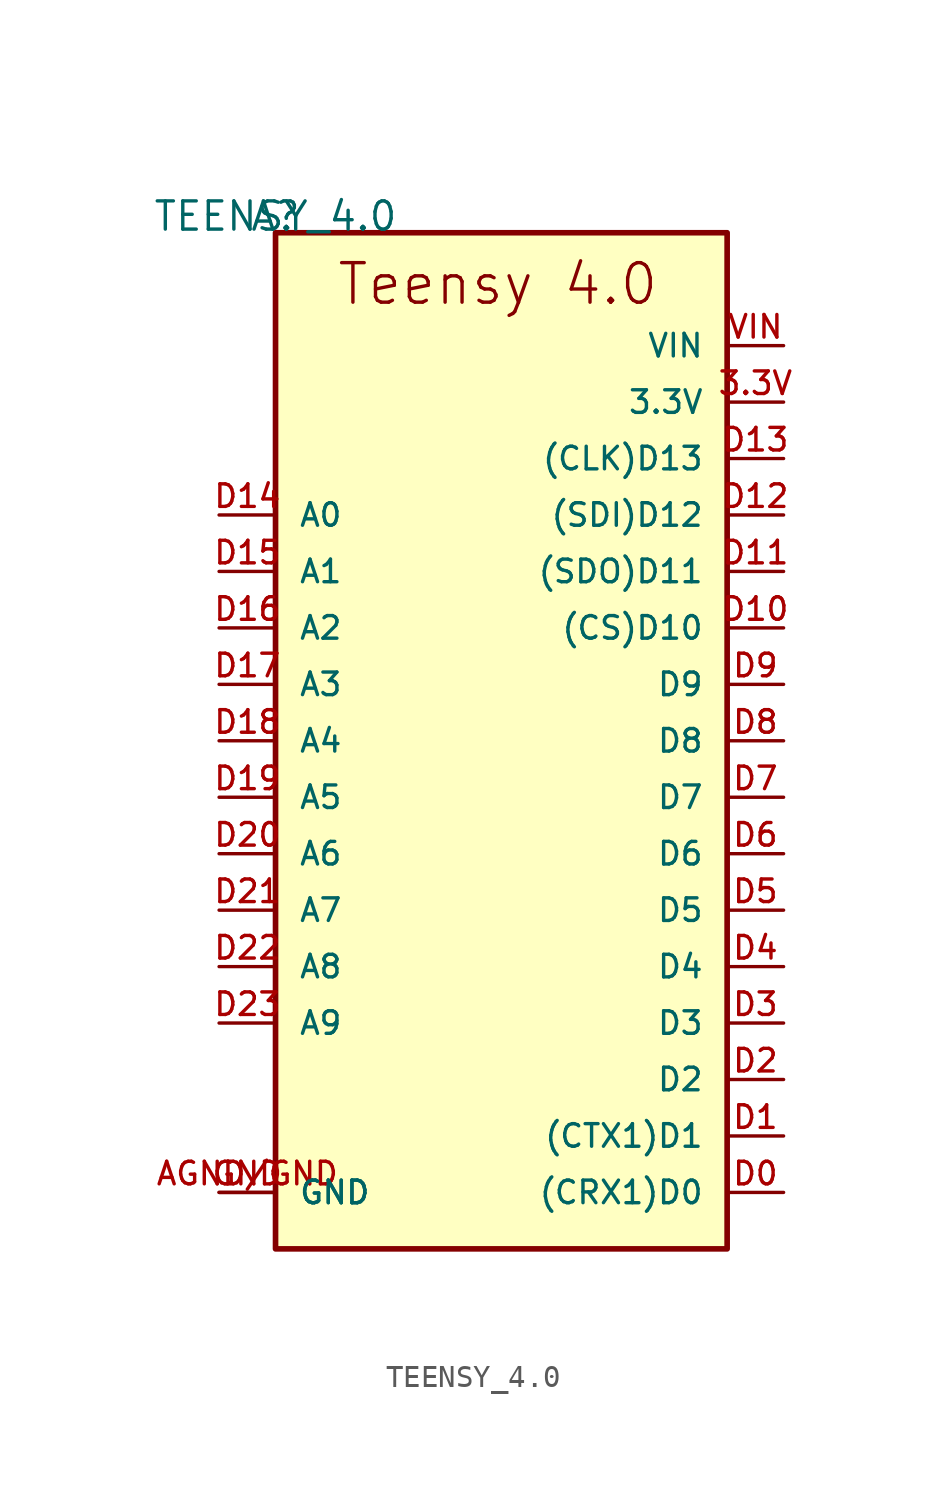
<source format=kicad_sym>
(kicad_symbol_lib
  (version 20211014)
  (generator kicad_symbol_editor)
  (symbol "TEENSY_4.0"
    (pin_names
      (offset 1.016))
    (property "Reference" "A"
      (at 0 0 0)
      (effects (font (size 1.27 1.27)) (justify bottom)))
    (property "Value" "TEENSY_4.0"
      (at 0 0.0 0)
      (effects (font (size 1.27 1.27)) (justify bottom)))
    (symbol "TEENSY_4.0_0_0"
      (text "Teensy 4.0" (at 10.001 -1.27 0) (effects (font (size 1.778 1.778)) (justify top)))
      (rectangle (start 1.7763568394e-15 -45.72) (end 20.32 -3.5527136788e-15) (stroke (width 0.254)) (fill (type background)))
      (pin bidirectional line (at 22.86 -43.18 180.0) (length 2.54) (name "(CRX1)D0" (effects (font (size 1.016 1.016)))) (number "D0" (effects (font (size 1.016 1.016)))))
      (pin bidirectional line (at 22.86 -40.64 180.0) (length 2.54) (name "(CTX1)D1" (effects (font (size 1.016 1.016)))) (number "D1" (effects (font (size 1.016 1.016)))))
      (pin power_in line (at -2.54 -43.18 0) (length 2.54) (name "GND" (effects (font (size 1.016 1.016)))) (number "AGND/GND" (effects (font (size 1.016 1.016)))))
      (pin power_in line (at -2.54 -43.18 0) (length 2.54) (name "GND" (effects (font (size 1.016 1.016)))) (number "GND" (effects (font (size 1.016 1.016)))))
      (pin bidirectional line (at 22.86 -38.1 180.0) (length 2.54) (name "D2" (effects (font (size 1.016 1.016)))) (number "D2" (effects (font (size 1.016 1.016)))))
      (pin bidirectional line (at 22.86 -35.56 180.0) (length 2.54) (name "D3" (effects (font (size 1.016 1.016)))) (number "D3" (effects (font (size 1.016 1.016)))))
      (pin bidirectional line (at 22.86 -33.02 180.0) (length 2.54) (name "D4" (effects (font (size 1.016 1.016)))) (number "D4" (effects (font (size 1.016 1.016)))))
      (pin bidirectional line (at 22.86 -30.48 180.0) (length 2.54) (name "D5" (effects (font (size 1.016 1.016)))) (number "D5" (effects (font (size 1.016 1.016)))))
      (pin bidirectional line (at 22.86 -27.94 180.0) (length 2.54) (name "D6" (effects (font (size 1.016 1.016)))) (number "D6" (effects (font (size 1.016 1.016)))))
      (pin bidirectional line (at 22.86 -25.4 180.0) (length 2.54) (name "D7" (effects (font (size 1.016 1.016)))) (number "D7" (effects (font (size 1.016 1.016)))))
      (pin bidirectional line (at 22.86 -22.86 180.0) (length 2.54) (name "D8" (effects (font (size 1.016 1.016)))) (number "D8" (effects (font (size 1.016 1.016)))))
      (pin bidirectional line (at 22.86 -20.32 180.0) (length 2.54) (name "D9" (effects (font (size 1.016 1.016)))) (number "D9" (effects (font (size 1.016 1.016)))))
      (pin bidirectional line (at 22.86 -17.78 180.0) (length 2.54) (name "(CS)D10" (effects (font (size 1.016 1.016)))) (number "D10" (effects (font (size 1.016 1.016)))))
      (pin bidirectional line (at 22.86 -15.24 180.0) (length 2.54) (name "(SDO)D11" (effects (font (size 1.016 1.016)))) (number "D11" (effects (font (size 1.016 1.016)))))
      (pin bidirectional line (at 22.86 -12.7 180.0) (length 2.54) (name "(SDI)D12" (effects (font (size 1.016 1.016)))) (number "D12" (effects (font (size 1.016 1.016)))))
      (pin bidirectional line (at 22.86 -10.16 180.0) (length 2.54) (name "(CLK)D13" (effects (font (size 1.016 1.016)))) (number "D13" (effects (font (size 1.016 1.016)))))
      (pin bidirectional line (at -2.54 -12.7 0) (length 2.54) (name "A0" (effects (font (size 1.016 1.016)))) (number "D14" (effects (font (size 1.016 1.016)))))
      (pin bidirectional line (at -2.54 -15.24 0) (length 2.54) (name "A1" (effects (font (size 1.016 1.016)))) (number "D15" (effects (font (size 1.016 1.016)))))
      (pin bidirectional line (at -2.54 -17.78 0) (length 2.54) (name "A2" (effects (font (size 1.016 1.016)))) (number "D16" (effects (font (size 1.016 1.016)))))
      (pin bidirectional line (at -2.54 -20.32 0) (length 2.54) (name "A3" (effects (font (size 1.016 1.016)))) (number "D17" (effects (font (size 1.016 1.016)))))
      (pin bidirectional line (at -2.54 -22.86 0) (length 2.54) (name "A4" (effects (font (size 1.016 1.016)))) (number "D18" (effects (font (size 1.016 1.016)))))
      (pin bidirectional line (at -2.54 -27.94 0) (length 2.54) (name "A6" (effects (font (size 1.016 1.016)))) (number "D20" (effects (font (size 1.016 1.016)))))
      (pin bidirectional line (at -2.54 -25.4 0) (length 2.54) (name "A5" (effects (font (size 1.016 1.016)))) (number "D19" (effects (font (size 1.016 1.016)))))
      (pin bidirectional line (at -2.54 -30.48 0) (length 2.54) (name "A7" (effects (font (size 1.016 1.016)))) (number "D21" (effects (font (size 1.016 1.016)))))
      (pin bidirectional line (at -2.54 -35.56 0) (length 2.54) (name "A9" (effects (font (size 1.016 1.016)))) (number "D23" (effects (font (size 1.016 1.016)))))
      (pin bidirectional line (at -2.54 -33.02 0) (length 2.54) (name "A8" (effects (font (size 1.016 1.016)))) (number "D22" (effects (font (size 1.016 1.016)))))
      (pin power_in line (at 22.86 -7.62 180.0) (length 2.54) (name "3.3V" (effects (font (size 1.016 1.016)))) (number "3.3V" (effects (font (size 1.016 1.016)))))
      (pin power_in line (at 22.86 -5.08 180.0) (length 2.54) (name "VIN" (effects (font (size 1.016 1.016)))) (number "VIN" (effects (font (size 1.016 1.016))))))))
</source>
